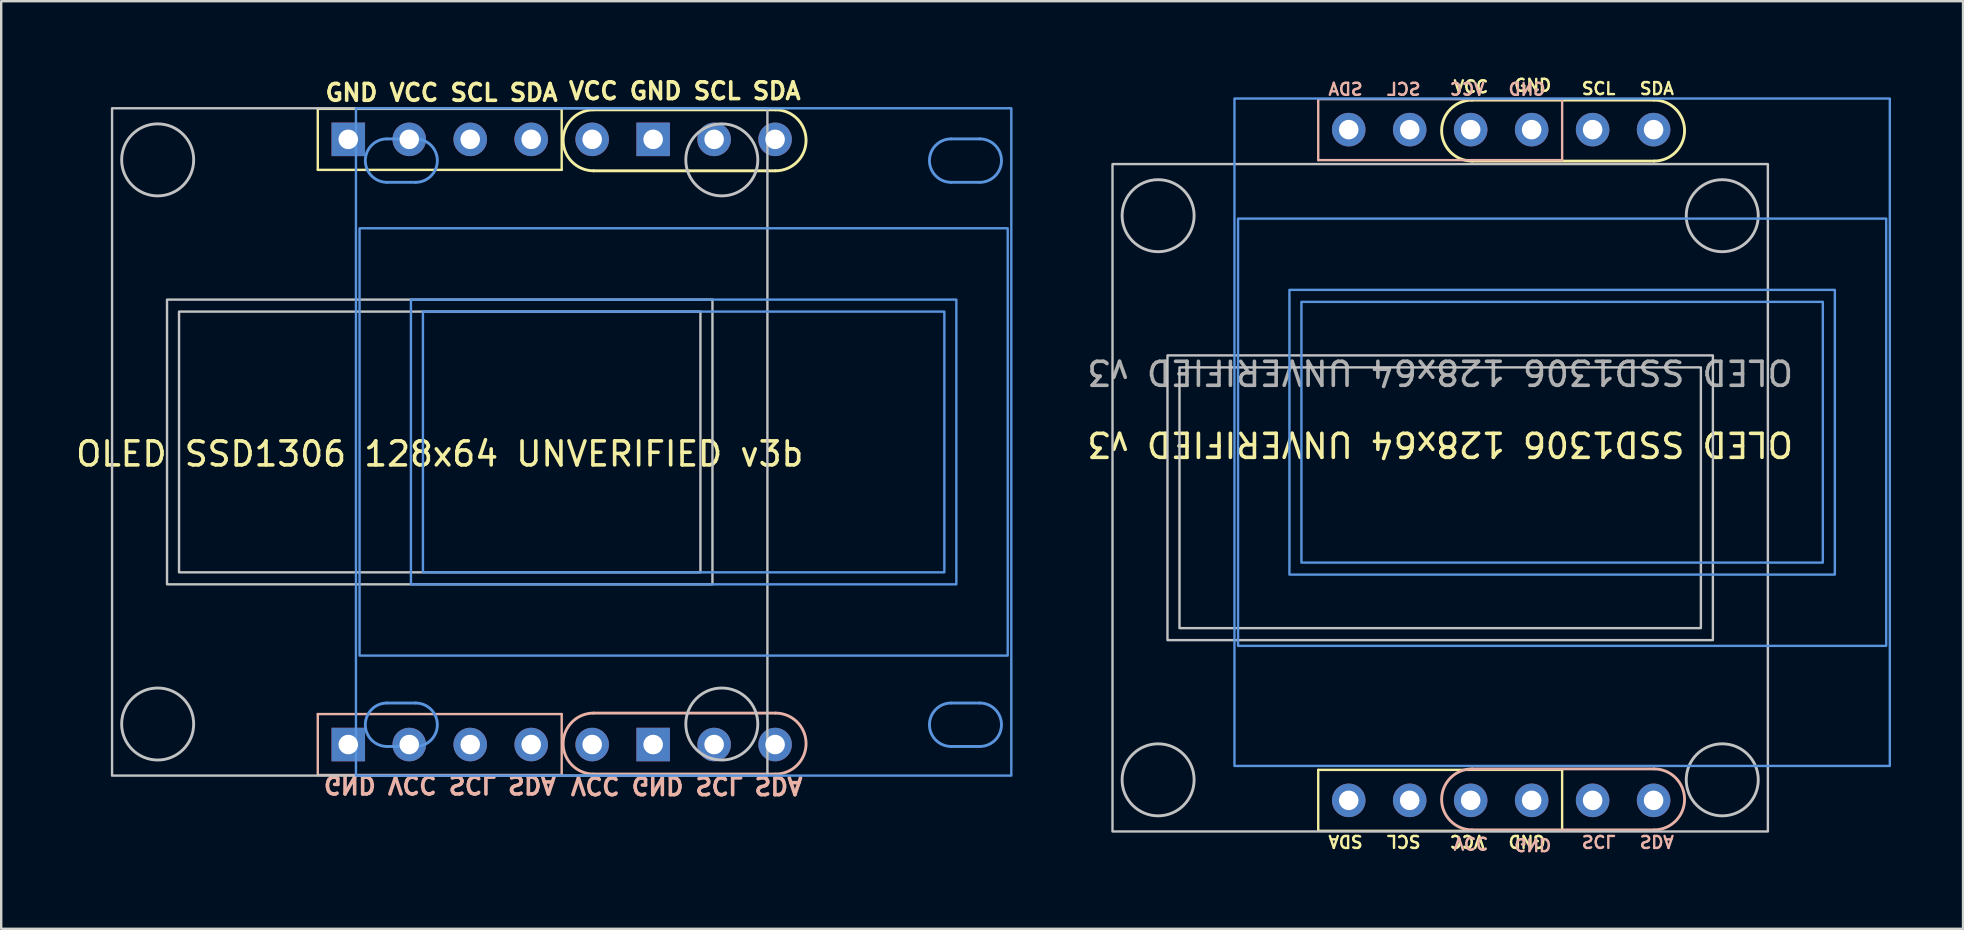
<source format=kicad_pcb>
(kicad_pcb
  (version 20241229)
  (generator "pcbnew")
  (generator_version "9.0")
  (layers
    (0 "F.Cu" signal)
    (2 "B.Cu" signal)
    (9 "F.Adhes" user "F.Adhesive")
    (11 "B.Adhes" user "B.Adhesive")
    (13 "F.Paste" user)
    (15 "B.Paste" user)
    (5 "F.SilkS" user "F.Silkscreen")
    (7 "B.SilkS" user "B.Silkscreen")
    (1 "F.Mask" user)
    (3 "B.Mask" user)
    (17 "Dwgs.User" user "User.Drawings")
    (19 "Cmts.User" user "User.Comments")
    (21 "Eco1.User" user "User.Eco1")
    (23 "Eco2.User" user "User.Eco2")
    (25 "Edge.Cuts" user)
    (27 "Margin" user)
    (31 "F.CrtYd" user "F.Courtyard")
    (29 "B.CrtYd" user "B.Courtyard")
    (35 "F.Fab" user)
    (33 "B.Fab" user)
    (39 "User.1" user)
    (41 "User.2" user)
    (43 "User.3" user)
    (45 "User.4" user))
  (footprint "OLED SSD1306 128x64 UNVERIFIED v3b"
    (layer "F.Cu")
    (at 15.258 15.39)
    (property "Reference" "OLED SSD1306 128x64 UNVERIFIED v3b" (at 0.01 0.47 0) (unlocked yes) (layer "F.SilkS") (effects (font (size 1 1) (thickness 0.15))))
    (attr through_hole exclude_from_pos_files exclude_from_bom)
    (fp_line (start -5.07 -11.365) (end -5.07 -13.905) (stroke (width 0.1) (type solid)) (layer "F.SilkS"))
    (fp_line (start -5.07 -11.365) (end 5.09 -11.365) (stroke (width 0.1) (type solid)) (layer "F.SilkS"))
    (fp_line (start 5.09 -13.905) (end -5.07 -13.905) (stroke (width 0.1) (type solid)) (layer "F.SilkS"))
    (fp_line (start 5.09 -13.905) (end 5.09 -11.365) (stroke (width 0.1) (type solid)) (layer "F.SilkS"))
    (fp_line (start 6.42 -11.325) (end 14 -11.325) (stroke (width 0.12) (type default)) (layer "F.SilkS"))
    (fp_line (start 14 -13.865) (end 6.42 -13.865) (stroke (width 0.12) (type default)) (layer "F.SilkS"))
    (fp_arc (start 6.42 -11.325) (mid 5.15 -12.595) (end 6.42 -13.865) (stroke (width 0.12) (type default)) (layer "F.SilkS"))
    (fp_arc (start 14 -13.865) (mid 15.27 -12.595) (end 14 -11.325) (stroke (width 0.12) (type default)) (layer "F.SilkS"))
    (fp_line (start -5.07 11.305) (end -5.07 13.845) (stroke (width 0.1) (type solid)) (layer "B.SilkS"))
    (fp_line (start -5.07 11.305) (end 5.09 11.305) (stroke (width 0.1) (type solid)) (layer "B.SilkS"))
    (fp_line (start 5.09 13.845) (end -5.07 13.845) (stroke (width 0.1) (type solid)) (layer "B.SilkS"))
    (fp_line (start 5.09 13.845) (end 5.09 11.305) (stroke (width 0.1) (type solid)) (layer "B.SilkS"))
    (fp_line (start 6.42 11.265) (end 14 11.265) (stroke (width 0.12) (type default)) (layer "B.SilkS"))
    (fp_line (start 14 13.805) (end 6.42 13.805) (stroke (width 0.12) (type default)) (layer "B.SilkS"))
    (fp_arc (start 6.42 13.805) (mid 5.15 12.535) (end 6.42 11.265) (stroke (width 0.12) (type default)) (layer "B.SilkS"))
    (fp_arc (start 14 11.265) (mid 15.27 12.535) (end 14 13.805) (stroke (width 0.12) (type default)) (layer "B.SilkS"))
    (fp_rect (start -11.35 5.9) (end 11.37 -5.96) (stroke (width 0.1) (type solid)) (fill no) (layer "Dwgs.User"))
    (fp_rect (start -10.85 5.4) (end 10.87 -5.46) (stroke (width 0.1) (type solid)) (fill no) (layer "Dwgs.User"))
    (fp_rect (start 13.66 13.87) (end -13.64 -13.93) (stroke (width 0.1) (type solid)) (fill no) (layer "Dwgs.User"))
    (fp_circle (center -11.74 -11.78) (end -10.24 -11.78) (stroke (width 0.12) (type default)) (fill no) (layer "Dwgs.User"))
    (fp_circle (center -11.74 11.72) (end -10.24 11.72) (stroke (width 0.12) (type default)) (fill no) (layer "Dwgs.User"))
    (fp_circle (center 11.76 -11.78) (end 13.26 -11.78) (stroke (width 0.12) (type default)) (fill no) (layer "Dwgs.User"))
    (fp_circle (center 11.76 11.72) (end 13.26 11.72) (stroke (width 0.12) (type default)) (fill no) (layer "Dwgs.User"))
    (fp_line (start -2.185 -10.845) (end -0.995 -10.845) (stroke (width 0.12) (type default)) (layer "Cmts.User"))
    (fp_line (start -2.185 12.655) (end -0.995 12.655) (stroke (width 0.12) (type default)) (layer "Cmts.User"))
    (fp_line (start -0.995 -12.655) (end -2.185 -12.655) (stroke (width 0.12) (type default)) (layer "Cmts.User"))
    (fp_line (start -0.995 10.845) (end -2.185 10.845) (stroke (width 0.12) (type default)) (layer "Cmts.User"))
    (fp_line (start 21.315 -10.845) (end 22.505 -10.845) (stroke (width 0.12) (type default)) (layer "Cmts.User"))
    (fp_line (start 21.315 12.655) (end 22.505 12.655) (stroke (width 0.12) (type default)) (layer "Cmts.User"))
    (fp_line (start 22.505 -12.655) (end 21.315 -12.655) (stroke (width 0.12) (type default)) (layer "Cmts.User"))
    (fp_line (start 22.505 10.845) (end 21.315 10.845) (stroke (width 0.12) (type default)) (layer "Cmts.User"))
    (fp_rect (start -3.48 -13.93) (end 23.82 13.87) (stroke (width 0.1) (type solid)) (fill no) (layer "Cmts.User"))
    (fp_rect (start 21.03 -5.46) (end -0.69 5.4) (stroke (width 0.1) (type solid)) (fill no) (layer "Cmts.User"))
    (fp_rect (start 21.53 -5.96) (end -1.19 5.9) (stroke (width 0.1) (type solid)) (fill no) (layer "Cmts.User"))
    (fp_rect (start 23.67 -8.93) (end -3.33 8.87) (stroke (width 0.1) (type solid)) (fill no) (layer "Cmts.User"))
    (fp_arc (start -2.185 -10.845) (mid -3.09 -11.75) (end -2.185 -12.655) (stroke (width 0.12) (type default)) (layer "Cmts.User"))
    (fp_arc (start -2.185 12.655) (mid -3.09 11.75) (end -2.185 10.845) (stroke (width 0.12) (type default)) (layer "Cmts.User"))
    (fp_arc (start -0.995 -12.655) (mid -0.09 -11.75) (end -0.995 -10.845) (stroke (width 0.12) (type default)) (layer "Cmts.User"))
    (fp_arc (start -0.995 10.845) (mid -0.09 11.75) (end -0.995 12.655) (stroke (width 0.12) (type default)) (layer "Cmts.User"))
    (fp_arc (start 21.315 -10.845) (mid 20.41 -11.75) (end 21.315 -12.655) (stroke (width 0.12) (type default)) (layer "Cmts.User"))
    (fp_arc (start 21.315 12.655) (mid 20.41 11.75) (end 21.315 10.845) (stroke (width 0.12) (type default)) (layer "Cmts.User"))
    (fp_arc (start 22.505 -12.655) (mid 23.41 -11.75) (end 22.505 -10.845) (stroke (width 0.12) (type default)) (layer "Cmts.User"))
    (fp_arc (start 22.505 10.845) (mid 23.41 11.75) (end 22.505 12.655) (stroke (width 0.12) (type default)) (layer "Cmts.User"))
    (fp_rect (start -13.48 -8.93) (end 13.49 8.86) (stroke (width 0.12) (type default)) (fill no) (layer "User.7"))
    (fp_rect (start -3.33 -8.93) (end 23.67 8.86) (stroke (width 0.12) (type default)) (fill no) (layer "User.7"))
    (fp_text user "SCL" (at 10.5 -14.24 0) (unlocked yes) (layer "F.SilkS") (effects (font (size 0.7 0.7) (thickness 0.15) (bold yes)) (justify left bottom)))
    (fp_text user "GND" (at -4.832 -14.17 0) (unlocked yes) (layer "F.SilkS") (effects (font (size 0.7 0.7) (thickness 0.15) (bold yes)) (justify left bottom)))
    (fp_text user "SDA" (at 2.838 -14.17 0) (unlocked yes) (layer "F.SilkS") (effects (font (size 0.7 0.7) (thickness 0.15) (bold yes)) (justify left bottom)))
    (fp_text user "VCC" (at 5.311 -14.24 0) (unlocked yes) (layer "F.SilkS") (effects (font (size 0.7 0.7) (thickness 0.15) (bold yes)) (justify left bottom)))
    (fp_text user "VCC" (at -2.164 -14.17 0) (unlocked yes) (layer "F.SilkS") (effects (font (size 0.7 0.7) (thickness 0.15) (bold yes)) (justify left bottom)))
    (fp_text user "SDA" (at 12.961 -14.24 0) (unlocked yes) (layer "F.SilkS") (effects (font (size 0.7 0.7) (thickness 0.15) (bold yes)) (justify left bottom)))
    (fp_text user "SCL" (at 0.37 -14.17 0) (unlocked yes) (layer "F.SilkS") (effects (font (size 0.7 0.7) (thickness 0.15) (bold yes)) (justify left bottom)))
    (fp_text user "GND" (at 7.839 -14.24 0) (unlocked yes) (layer "F.SilkS") (effects (font (size 0.7 0.7) (thickness 0.15) (bold yes)) (justify left bottom)))
    (fp_text user "SCL" (at 10.579 13.87 180) (unlocked yes) (layer "B.SilkS") (effects (font (size 0.7 0.7) (thickness 0.15) (bold yes)) (justify left bottom mirror)))
    (fp_text user "VCC" (at 5.39 13.87 180) (unlocked yes) (layer "B.SilkS") (effects (font (size 0.7 0.7) (thickness 0.15) (bold yes)) (justify left bottom mirror)))
    (fp_text user "SDA" (at 2.77 13.84 180) (unlocked yes) (layer "B.SilkS") (effects (font (size 0.7 0.7) (thickness 0.15) (bold yes)) (justify left bottom mirror)))
    (fp_text user "VCC" (at -2.232 13.84 180) (unlocked yes) (layer "B.SilkS") (effects (font (size 0.7 0.7) (thickness 0.15) (bold yes)) (justify left bottom mirror)))
    (fp_text user "GND" (at 7.918 13.87 180) (unlocked yes) (layer "B.SilkS") (effects (font (size 0.7 0.7) (thickness 0.15) (bold yes)) (justify left bottom mirror)))
    (fp_text user "SCL" (at 0.302 13.84 180) (unlocked yes) (layer "B.SilkS") (effects (font (size 0.7 0.7) (thickness 0.15) (bold yes)) (justify left bottom mirror)))
    (fp_text user "SDA" (at 13.04 13.87 180) (unlocked yes) (layer "B.SilkS") (effects (font (size 0.7 0.7) (thickness 0.15) (bold yes)) (justify left bottom mirror)))
    (fp_text user "GND" (at -4.9 13.84 180) (unlocked yes) (layer "B.SilkS") (effects (font (size 0.7 0.7) (thickness 0.15) (bold yes)) (justify left bottom mirror)))
    (pad "1" thru_hole circle (at 3.82 -12.635) (size 1.397 1.397) (drill 0.813) (layers "*.Cu" "B.Mask"))
    (pad "1" thru_hole circle (at 3.82 12.575 180) (size 1.397 1.397) (drill 0.813) (layers "*.Cu" "F.Mask"))
    (pad "1" thru_hole circle (at 13.98 -12.635) (size 1.397 1.397) (drill 0.813) (layers "*.Cu" "B.Mask"))
    (pad "1" thru_hole circle (at 13.98 12.575 180) (size 1.397 1.397) (drill 0.813) (layers "*.Cu" "F.Mask"))
    (pad "2" thru_hole circle (at 1.28 -12.635) (size 1.397 1.397) (drill 0.813) (layers "*.Cu" "B.Mask"))
    (pad "2" thru_hole circle (at 1.28 12.575 180) (size 1.397 1.397) (drill 0.813) (layers "*.Cu" "F.Mask"))
    (pad "2" thru_hole circle (at 11.44 -12.635) (size 1.397 1.397) (drill 0.813) (layers "*.Cu" "B.Mask"))
    (pad "2" thru_hole circle (at 11.44 12.575 180) (size 1.397 1.397) (drill 0.813) (layers "*.Cu" "F.Mask"))
    (pad "3" thru_hole circle (at -1.26 -12.635) (size 1.397 1.397) (drill 0.813) (layers "*.Cu" "B.Mask"))
    (pad "3" thru_hole circle (at -1.26 12.575 180) (size 1.397 1.397) (drill 0.813) (layers "*.Cu" "F.Mask"))
    (pad "3" thru_hole circle (at 6.36 -12.635) (size 1.397 1.397) (drill 0.813) (layers "*.Cu" "B.Mask"))
    (pad "3" thru_hole circle (at 6.36 12.575 180) (size 1.397 1.397) (drill 0.813) (layers "*.Cu" "F.Mask"))
    (pad "4" thru_hole rect (at -3.8 -12.635) (size 1.397 1.397) (drill 0.813) (layers "*.Cu" "B.Mask"))
    (pad "4" thru_hole rect (at -3.8 12.575 180) (size 1.397 1.397) (drill 0.813) (layers "*.Cu" "F.Mask"))
    (pad "4" thru_hole rect (at 8.9 -12.635) (size 1.397 1.397) (drill 0.813) (layers "*.Cu" "B.Mask"))
    (pad "4" thru_hole rect (at 8.9 12.575 180) (size 1.397 1.397) (drill 0.813) (layers "*.Cu" "F.Mask")))
  (footprint "OLED SSD1306 128x64 UNVERIFIED v3"
    (layer "F.Cu")
    (at 56.933 14.985)
    (property "Reference" "OLED SSD1306 128x64 UNVERIFIED v3" (at 0.01 0.47 180) (unlocked yes) (layer "F.SilkS") (effects (font (size 1 1) (thickness 0.15))))
    (attr through_hole exclude_from_pos_files exclude_from_bom)
    (fp_line (start -5.07 16.575) (end -5.07 14.035) (stroke (width 0.1) (type solid)) (layer "F.SilkS"))
    (fp_line (start -5.07 16.575) (end 5.09 16.575) (stroke (width 0.1) (type solid)) (layer "F.SilkS"))
    (fp_line (start 1.34 -11.325) (end 8.92 -11.325) (stroke (width 0.12) (type default)) (layer "F.SilkS"))
    (fp_line (start 5.09 14.035) (end -5.07 14.035) (stroke (width 0.1) (type solid)) (layer "F.SilkS"))
    (fp_line (start 5.09 14.035) (end 5.09 16.575) (stroke (width 0.1) (type solid)) (layer "F.SilkS"))
    (fp_line (start 8.92 -13.865) (end 1.34 -13.865) (stroke (width 0.12) (type default)) (layer "F.SilkS"))
    (fp_arc (start 1.34 -11.325) (mid 0.07 -12.595) (end 1.34 -13.865) (stroke (width 0.12) (type default)) (layer "F.SilkS"))
    (fp_arc (start 8.92 -13.865) (mid 10.19 -12.595) (end 8.92 -11.325) (stroke (width 0.12) (type default)) (layer "F.SilkS"))
    (fp_line (start -5.07 -13.905) (end -5.07 -11.365) (stroke (width 0.1) (type solid)) (layer "B.SilkS"))
    (fp_line (start -5.07 -13.905) (end 5.09 -13.905) (stroke (width 0.1) (type solid)) (layer "B.SilkS"))
    (fp_line (start 1.34 13.995) (end 8.92 13.995) (stroke (width 0.12) (type default)) (layer "B.SilkS"))
    (fp_line (start 5.09 -11.365) (end -5.07 -11.365) (stroke (width 0.1) (type solid)) (layer "B.SilkS"))
    (fp_line (start 5.09 -11.365) (end 5.09 -13.905) (stroke (width 0.1) (type solid)) (layer "B.SilkS"))
    (fp_line (start 8.92 16.535) (end 1.34 16.535) (stroke (width 0.12) (type default)) (layer "B.SilkS"))
    (fp_arc (start 1.34 16.535) (mid 0.07 15.265) (end 1.34 13.995) (stroke (width 0.12) (type default)) (layer "B.SilkS"))
    (fp_arc (start 8.92 13.995) (mid 10.19 15.265) (end 8.92 16.535) (stroke (width 0.12) (type default)) (layer "B.SilkS"))
    (fp_rect (start -13.64 -11.2) (end 13.66 16.6) (stroke (width 0.1) (type solid)) (fill no) (layer "Dwgs.User"))
    (fp_rect (start 10.87 -2.73) (end -10.85 8.13) (stroke (width 0.1) (type solid)) (fill no) (layer "Dwgs.User"))
    (fp_rect (start 11.37 -3.23) (end -11.35 8.63) (stroke (width 0.1) (type solid)) (fill no) (layer "Dwgs.User"))
    (fp_circle (center -11.74 -9.05) (end -13.24 -9.05) (stroke (width 0.12) (type default)) (fill no) (layer "Dwgs.User"))
    (fp_circle (center -11.74 14.45) (end -13.24 14.45) (stroke (width 0.12) (type default)) (fill no) (layer "Dwgs.User"))
    (fp_circle (center 11.76 -9.05) (end 10.26 -9.05) (stroke (width 0.12) (type default)) (fill no) (layer "Dwgs.User"))
    (fp_circle (center 11.76 14.45) (end 10.26 14.45) (stroke (width 0.12) (type default)) (fill no) (layer "Dwgs.User"))
    (fp_rect (start -8.56 -13.93) (end 18.74 13.87) (stroke (width 0.1) (type solid)) (fill no) (layer "Cmts.User"))
    (fp_rect (start 15.95 -5.46) (end -5.77 5.4) (stroke (width 0.1) (type solid)) (fill no) (layer "Cmts.User"))
    (fp_rect (start 16.45 -5.96) (end -6.27 5.9) (stroke (width 0.1) (type solid)) (fill no) (layer "Cmts.User"))
    (fp_rect (start 18.59 -8.93) (end -8.41 8.87) (stroke (width 0.1) (type solid)) (fill no) (layer "Cmts.User"))
    (fp_rect (start 13.51 -8.93) (end -13.49 8.87) (stroke (width 0.1) (type solid)) (fill no) (layer "User.7"))
    (fp_text user "VCC" (at 1.915 16.72 180) (unlocked yes) (layer "F.SilkS") (effects (font (size 0.5 0.5) (thickness 0.1)) (justify left bottom)))
    (fp_text user "SDA" (at 8.265 -14.05 0) (unlocked yes) (layer "F.SilkS") (effects (font (size 0.5 0.5) (thickness 0.1)) (justify left bottom)))
    (fp_text user "VCC" (at 0.51 -14.125 0) (unlocked yes) (layer "F.SilkS") (effects (font (size 0.5 0.5) (thickness 0.1)) (justify left bottom)))
    (fp_text user "GND" (at 4.455 16.72 180) (unlocked yes) (layer "F.SilkS") (effects (font (size 0.5 0.5) (thickness 0.1)) (justify left bottom)))
    (fp_text user "GND" (at 3.04 -14.185 0) (unlocked yes) (layer "F.SilkS") (effects (font (size 0.5 0.5) (thickness 0.1)) (justify left bottom)))
    (fp_text user "SCL" (at -0.752 16.72 180) (unlocked yes) (layer "F.SilkS") (effects (font (size 0.5 0.5) (thickness 0.1)) (justify left bottom)))
    (fp_text user "SCL" (at 5.852 -14.05 0) (unlocked yes) (layer "F.SilkS") (effects (font (size 0.5 0.5) (thickness 0.1)) (justify left bottom)))
    (fp_text user "SDA" (at -3.165 16.72 180) (unlocked yes) (layer "F.SilkS") (effects (font (size 0.5 0.5) (thickness 0.1)) (justify left bottom)))
    (fp_text user "GND" (at 3.04 16.855 180) (unlocked yes) (layer "B.SilkS") (effects (font (size 0.5 0.5) (thickness 0.1)) (justify left bottom mirror)))
    (fp_text user "VCC" (at 1.915 -14.02 0) (unlocked yes) (layer "B.SilkS") (effects (font (size 0.5 0.5) (thickness 0.1)) (justify left bottom mirror)))
    (fp_text user "SCL" (at 5.852 16.72 180) (unlocked yes) (layer "B.SilkS") (effects (font (size 0.5 0.5) (thickness 0.1)) (justify left bottom mirror)))
    (fp_text user "GND" (at 4.455 -14.02 0) (unlocked yes) (layer "B.SilkS") (effects (font (size 0.5 0.5) (thickness 0.1)) (justify left bottom mirror)))
    (fp_text user "SDA" (at -3.165 -14.02 0) (unlocked yes) (layer "B.SilkS") (effects (font (size 0.5 0.5) (thickness 0.1)) (justify left bottom mirror)))
    (fp_text user "VCC" (at 0.51 16.795 180) (unlocked yes) (layer "B.SilkS") (effects (font (size 0.5 0.5) (thickness 0.1)) (justify left bottom mirror)))
    (fp_text user "SCL" (at -0.752 -14.02 0) (unlocked yes) (layer "B.SilkS") (effects (font (size 0.5 0.5) (thickness 0.1)) (justify left bottom mirror)))
    (fp_text user "SDA" (at 8.265 16.72 180) (unlocked yes) (layer "B.SilkS") (effects (font (size 0.5 0.5) (thickness 0.1)) (justify left bottom mirror)))
    (fp_text user "${REFERENCE}" (at 0.01 -2.53 180) (unlocked yes) (layer "F.Fab") (effects (font (size 1 1) (thickness 0.15))))
    (pad "1" thru_hole circle (at -3.8 -12.635) (size 1.397 1.397) (drill 0.813) (layers "*.Cu" "F.Mask"))
    (pad "1" thru_hole circle (at -3.8 15.305 180) (size 1.397 1.397) (drill 0.813) (layers "*.Cu" "B.Mask"))
    (pad "1" thru_hole circle (at 8.9 -12.635) (size 1.397 1.397) (drill 0.813) (layers "*.Cu" "B.Mask"))
    (pad "1" thru_hole circle (at 8.9 15.305 180) (size 1.397 1.397) (drill 0.813) (layers "*.Cu" "F.Mask"))
    (pad "2" thru_hole circle (at -1.26 -12.635) (size 1.397 1.397) (drill 0.813) (layers "*.Cu" "F.Mask"))
    (pad "2" thru_hole circle (at -1.26 15.305 180) (size 1.397 1.397) (drill 0.813) (layers "*.Cu" "B.Mask"))
    (pad "2" thru_hole circle (at 6.36 -12.635) (size 1.397 1.397) (drill 0.813) (layers "*.Cu" "B.Mask"))
    (pad "2" thru_hole circle (at 6.36 15.305 180) (size 1.397 1.397) (drill 0.813) (layers "*.Cu" "F.Mask"))
    (pad "3" thru_hole circle (at 1.28 -12.635) (size 1.397 1.397) (drill 0.813) (layers "*.Cu" "*.Mask"))
    (pad "3" thru_hole circle (at 1.28 15.305 180) (size 1.397 1.397) (drill 0.813) (layers "*.Cu" "*.Mask"))
    (pad "4" thru_hole circle (at 3.82 -12.635) (size 1.397 1.397) (drill 0.813) (layers "*.Cu" "*.Mask"))
    (pad "4" thru_hole circle (at 3.82 15.305 180) (size 1.397 1.397) (drill 0.813) (layers "*.Cu" "*.Mask")))
  (gr_rect
    (start -3 -3)
    (end 78.723 35.64)
    (stroke (width 0.1) (type default))
    (fill no)
    (layer "Edge.Cuts")))
</source>
